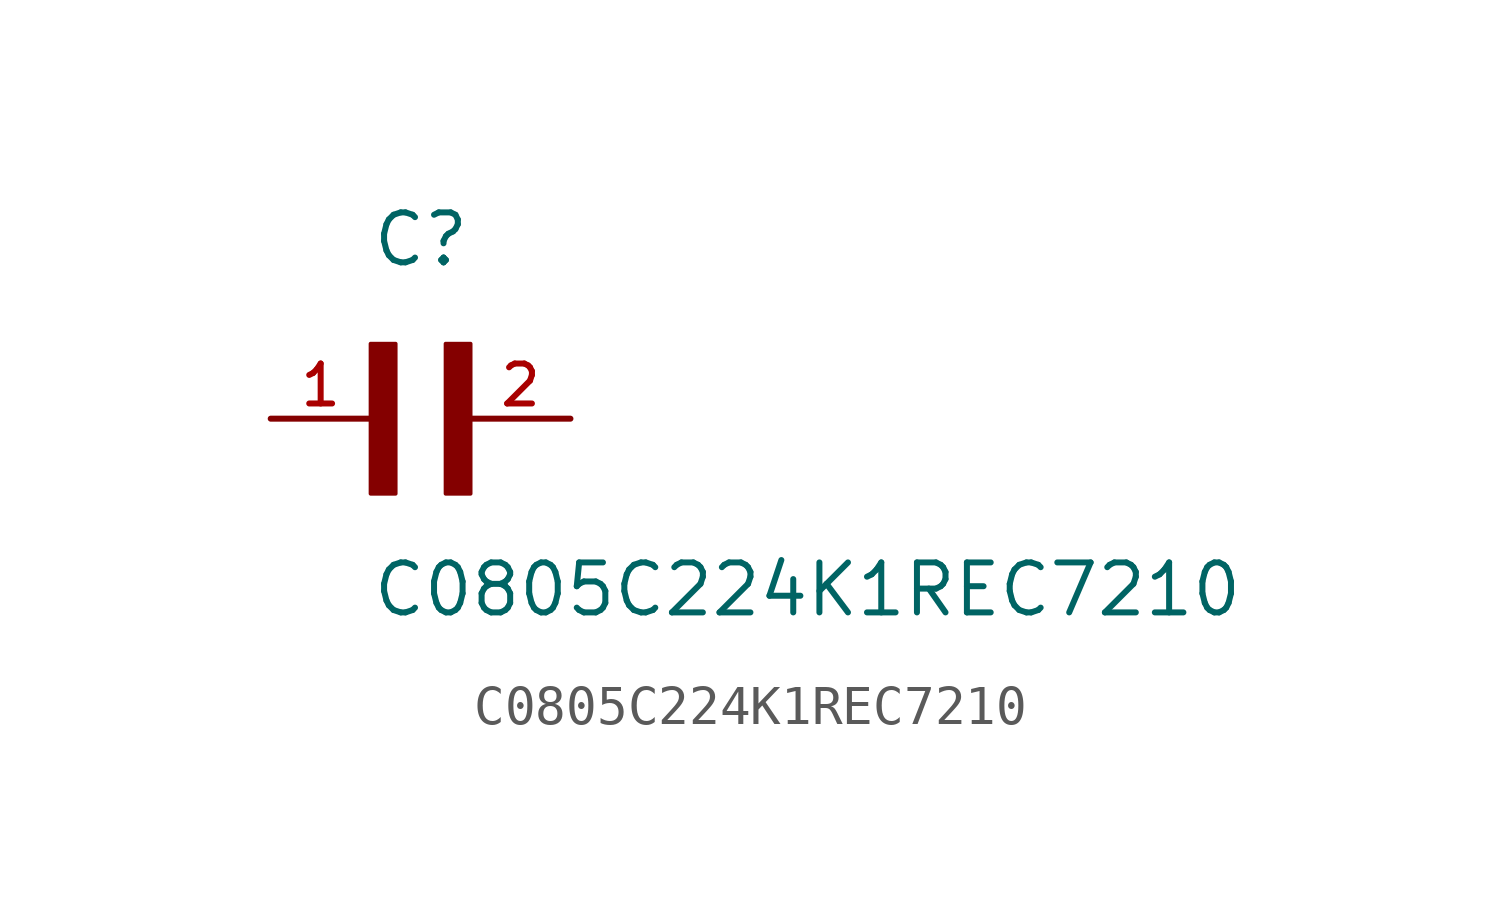
<source format=kicad_sym>
(kicad_symbol_lib
  (version 20211014)
  (generator kicad_symbol_editor)
  (symbol "C0805C224K1REC7210"
    (pin_names
      (offset 1.016))
    (property "Reference" "C"
      (at 0.0 3.811 0)
      (effects (font (size 1.27 1.27)) (justify bottom left)))
    (property "Value" "C0805C224K1REC7210"
      (at 0.0 -5.088 0)
      (effects (font (size 1.27 1.27)) (justify bottom left)))
    (symbol "C0805C224K1REC7210_0_0"
      (rectangle (start 0.0 -1.907) (end 0.635 1.905) (stroke (width 0.1)) (fill (type outline)))
      (rectangle (start 1.907 -1.907) (end 2.54 1.905) (stroke (width 0.1)) (fill (type outline)))
      (pin passive line (at 5.08 0.0 180.0) (length 2.54) (name "~" (effects (font (size 1.016 1.016)))) (number "2" (effects (font (size 1.016 1.016)))))
      (pin passive line (at -2.54 0.0 0) (length 2.54) (name "~" (effects (font (size 1.016 1.016)))) (number "1" (effects (font (size 1.016 1.016))))))))
</source>
